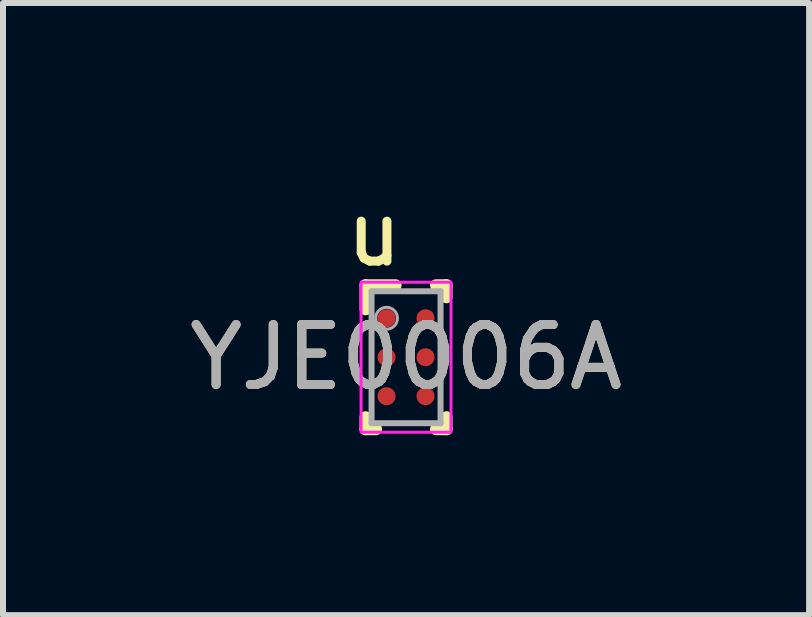
<source format=kicad_pcb>
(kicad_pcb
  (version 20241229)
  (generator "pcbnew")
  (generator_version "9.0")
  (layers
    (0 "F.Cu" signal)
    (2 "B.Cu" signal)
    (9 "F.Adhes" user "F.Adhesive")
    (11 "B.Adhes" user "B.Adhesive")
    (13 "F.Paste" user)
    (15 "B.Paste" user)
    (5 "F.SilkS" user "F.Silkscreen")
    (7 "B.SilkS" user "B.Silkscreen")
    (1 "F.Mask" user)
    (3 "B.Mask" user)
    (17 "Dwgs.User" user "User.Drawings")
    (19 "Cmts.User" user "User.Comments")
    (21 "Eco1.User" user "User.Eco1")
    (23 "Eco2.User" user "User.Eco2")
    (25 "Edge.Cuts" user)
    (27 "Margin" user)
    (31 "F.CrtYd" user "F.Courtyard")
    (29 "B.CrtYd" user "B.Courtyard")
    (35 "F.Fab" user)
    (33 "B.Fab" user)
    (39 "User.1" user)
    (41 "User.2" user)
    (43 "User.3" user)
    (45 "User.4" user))
  (footprint "YJE0006A"
    (layer "F.Cu")
    (at 3.72 2.906)
    (property "Reference" "YJE0006A" (at 0 0 0) (unlocked yes) (layer "F.SilkS") (effects (font (size 1 1) (thickness 0.15))))
    (attr smd)
    (fp_line (start -0.675 -1.2) (end -0.175 -1.2) (stroke (width 0.2) (type solid)) (layer "F.SilkS"))
    (fp_line (start -0.675 -0.8) (end -0.675 -1.2) (stroke (width 0.2) (type solid)) (layer "F.SilkS"))
    (fp_line (start -0.675 1.2) (end -0.675 1) (stroke (width 0.2) (type solid)) (layer "F.SilkS"))
    (fp_line (start -0.675 1.2) (end -0.5 1.2) (stroke (width 0.2) (type solid)) (layer "F.SilkS"))
    (fp_line (start 0.5 -1.2) (end 0.675 -1.2) (stroke (width 0.2) (type solid)) (layer "F.SilkS"))
    (fp_line (start 0.5 1.2) (end 0.675 1.2) (stroke (width 0.2) (type solid)) (layer "F.SilkS"))
    (fp_line (start 0.675 -1) (end 0.675 -1.2) (stroke (width 0.2) (type solid)) (layer "F.SilkS"))
    (fp_line (start 0.675 1.2) (end 0.675 1) (stroke (width 0.2) (type solid)) (layer "F.SilkS"))
    (fp_line (start -0.475 -0.55) (end -0.475 -0.75) (stroke (width 0.02) (type solid)) (layer "F.Paste"))
    (fp_line (start -0.475 0.1) (end -0.475 -0.1) (stroke (width 0.02) (type solid)) (layer "F.Paste"))
    (fp_line (start -0.475 0.75) (end -0.475 0.55) (stroke (width 0.02) (type solid)) (layer "F.Paste"))
    (fp_line (start -0.425 -0.8) (end -0.225 -0.8) (stroke (width 0.02) (type solid)) (layer "F.Paste"))
    (fp_line (start -0.425 -0.5) (end -0.225 -0.5) (stroke (width 0.02) (type solid)) (layer "F.Paste"))
    (fp_line (start -0.425 -0.15) (end -0.225 -0.15) (stroke (width 0.02) (type solid)) (layer "F.Paste"))
    (fp_line (start -0.425 0.15) (end -0.225 0.15) (stroke (width 0.02) (type solid)) (layer "F.Paste"))
    (fp_line (start -0.425 0.5) (end -0.225 0.5) (stroke (width 0.02) (type solid)) (layer "F.Paste"))
    (fp_line (start -0.425 0.8) (end -0.225 0.8) (stroke (width 0.02) (type solid)) (layer "F.Paste"))
    (fp_line (start -0.175 -0.55) (end -0.175 -0.75) (stroke (width 0.02) (type solid)) (layer "F.Paste"))
    (fp_line (start -0.175 0.1) (end -0.175 -0.1) (stroke (width 0.02) (type solid)) (layer "F.Paste"))
    (fp_line (start -0.175 0.75) (end -0.175 0.55) (stroke (width 0.02) (type solid)) (layer "F.Paste"))
    (fp_line (start 0.175 -0.55) (end 0.175 -0.75) (stroke (width 0.02) (type solid)) (layer "F.Paste"))
    (fp_line (start 0.175 0.1) (end 0.175 -0.1) (stroke (width 0.02) (type solid)) (layer "F.Paste"))
    (fp_line (start 0.175 0.75) (end 0.175 0.55) (stroke (width 0.02) (type solid)) (layer "F.Paste"))
    (fp_line (start 0.225 -0.8) (end 0.425 -0.8) (stroke (width 0.02) (type solid)) (layer "F.Paste"))
    (fp_line (start 0.225 -0.5) (end 0.425 -0.5) (stroke (width 0.02) (type solid)) (layer "F.Paste"))
    (fp_line (start 0.225 -0.15) (end 0.425 -0.15) (stroke (width 0.02) (type solid)) (layer "F.Paste"))
    (fp_line (start 0.225 0.15) (end 0.425 0.15) (stroke (width 0.02) (type solid)) (layer "F.Paste"))
    (fp_line (start 0.225 0.5) (end 0.425 0.5) (stroke (width 0.02) (type solid)) (layer "F.Paste"))
    (fp_line (start 0.225 0.8) (end 0.425 0.8) (stroke (width 0.02) (type solid)) (layer "F.Paste"))
    (fp_line (start 0.475 -0.55) (end 0.475 -0.75) (stroke (width 0.02) (type solid)) (layer "F.Paste"))
    (fp_line (start 0.475 0.1) (end 0.475 -0.1) (stroke (width 0.02) (type solid)) (layer "F.Paste"))
    (fp_line (start 0.475 0.75) (end 0.475 0.55) (stroke (width 0.02) (type solid)) (layer "F.Paste"))
    (fp_circle (center -0.425 -0.75) (end -0.375 -0.75) (stroke (width 0.02) (type solid)) (fill no) (layer "F.Paste"))
    (fp_circle (center -0.425 -0.55) (end -0.375 -0.55) (stroke (width 0.02) (type solid)) (fill no) (layer "F.Paste"))
    (fp_circle (center -0.425 -0.1) (end -0.375 -0.1) (stroke (width 0.02) (type solid)) (fill no) (layer "F.Paste"))
    (fp_circle (center -0.425 0.1) (end -0.375 0.1) (stroke (width 0.02) (type solid)) (fill no) (layer "F.Paste"))
    (fp_circle (center -0.425 0.55) (end -0.375 0.55) (stroke (width 0.02) (type solid)) (fill no) (layer "F.Paste"))
    (fp_circle (center -0.425 0.75) (end -0.375 0.75) (stroke (width 0.02) (type solid)) (fill no) (layer "F.Paste"))
    (fp_circle (center -0.225 -0.75) (end -0.175 -0.75) (stroke (width 0.02) (type solid)) (fill no) (layer "F.Paste"))
    (fp_circle (center -0.225 -0.55) (end -0.175 -0.55) (stroke (width 0.02) (type solid)) (fill no) (layer "F.Paste"))
    (fp_circle (center -0.225 -0.1) (end -0.175 -0.1) (stroke (width 0.02) (type solid)) (fill no) (layer "F.Paste"))
    (fp_circle (center -0.225 0.1) (end -0.175 0.1) (stroke (width 0.02) (type solid)) (fill no) (layer "F.Paste"))
    (fp_circle (center -0.225 0.55) (end -0.175 0.55) (stroke (width 0.02) (type solid)) (fill no) (layer "F.Paste"))
    (fp_circle (center -0.225 0.75) (end -0.175 0.75) (stroke (width 0.02) (type solid)) (fill no) (layer "F.Paste"))
    (fp_circle (center 0.225 -0.75) (end 0.275 -0.75) (stroke (width 0.02) (type solid)) (fill no) (layer "F.Paste"))
    (fp_circle (center 0.225 -0.55) (end 0.275 -0.55) (stroke (width 0.02) (type solid)) (fill no) (layer "F.Paste"))
    (fp_circle (center 0.225 -0.1) (end 0.275 -0.1) (stroke (width 0.02) (type solid)) (fill no) (layer "F.Paste"))
    (fp_circle (center 0.225 0.1) (end 0.275 0.1) (stroke (width 0.02) (type solid)) (fill no) (layer "F.Paste"))
    (fp_circle (center 0.225 0.55) (end 0.275 0.55) (stroke (width 0.02) (type solid)) (fill no) (layer "F.Paste"))
    (fp_circle (center 0.225 0.75) (end 0.275 0.75) (stroke (width 0.02) (type solid)) (fill no) (layer "F.Paste"))
    (fp_circle (center 0.425 -0.75) (end 0.475 -0.75) (stroke (width 0.02) (type solid)) (fill no) (layer "F.Paste"))
    (fp_circle (center 0.425 -0.55) (end 0.475 -0.55) (stroke (width 0.02) (type solid)) (fill no) (layer "F.Paste"))
    (fp_circle (center 0.425 -0.1) (end 0.475 -0.1) (stroke (width 0.02) (type solid)) (fill no) (layer "F.Paste"))
    (fp_circle (center 0.425 0.1) (end 0.475 0.1) (stroke (width 0.02) (type solid)) (fill no) (layer "F.Paste"))
    (fp_circle (center 0.425 0.55) (end 0.475 0.55) (stroke (width 0.02) (type solid)) (fill no) (layer "F.Paste"))
    (fp_circle (center 0.425 0.75) (end 0.475 0.75) (stroke (width 0.02) (type solid)) (fill no) (layer "F.Paste"))
    (fp_poly (pts (xy -0.425 -0.7) (xy -0.475 -0.75) (xy -0.425 -0.8) (xy -0.375 -0.75)) (stroke (width 0) (type solid)) (fill yes) (layer "F.Paste"))
    (fp_poly (pts (xy -0.425 -0.05) (xy -0.475 -0.1) (xy -0.425 -0.15) (xy -0.375 -0.1)) (stroke (width 0) (type solid)) (fill yes) (layer "F.Paste"))
    (fp_poly (pts (xy -0.425 0.6) (xy -0.475 0.55) (xy -0.425 0.5) (xy -0.375 0.55)) (stroke (width 0) (type solid)) (fill yes) (layer "F.Paste"))
    (fp_poly (pts (xy -0.375 -0.55) (xy -0.425 -0.5) (xy -0.475 -0.55) (xy -0.425 -0.6)) (stroke (width 0) (type solid)) (fill yes) (layer "F.Paste"))
    (fp_poly (pts (xy -0.375 0.1) (xy -0.425 0.15) (xy -0.475 0.1) (xy -0.425 0.05)) (stroke (width 0) (type solid)) (fill yes) (layer "F.Paste"))
    (fp_poly (pts (xy -0.375 0.75) (xy -0.425 0.8) (xy -0.475 0.75) (xy -0.425 0.7)) (stroke (width 0) (type solid)) (fill yes) (layer "F.Paste"))
    (fp_poly (pts (xy -0.275 -0.75) (xy -0.225 -0.8) (xy -0.175 -0.75) (xy -0.225 -0.7)) (stroke (width 0) (type solid)) (fill yes) (layer "F.Paste"))
    (fp_poly (pts (xy -0.275 -0.1) (xy -0.225 -0.15) (xy -0.175 -0.1) (xy -0.225 -0.05)) (stroke (width 0) (type solid)) (fill yes) (layer "F.Paste"))
    (fp_poly (pts (xy -0.275 0.55) (xy -0.225 0.5) (xy -0.175 0.55) (xy -0.225 0.6)) (stroke (width 0) (type solid)) (fill yes) (layer "F.Paste"))
    (fp_poly (pts (xy -0.225 -0.6) (xy -0.175 -0.55) (xy -0.225 -0.5) (xy -0.275 -0.55)) (stroke (width 0) (type solid)) (fill yes) (layer "F.Paste"))
    (fp_poly (pts (xy -0.225 0.05) (xy -0.175 0.1) (xy -0.225 0.15) (xy -0.275 0.1)) (stroke (width 0) (type solid)) (fill yes) (layer "F.Paste"))
    (fp_poly (pts (xy -0.225 0.7) (xy -0.175 0.75) (xy -0.225 0.8) (xy -0.275 0.75)) (stroke (width 0) (type solid)) (fill yes) (layer "F.Paste"))
    (fp_poly (pts (xy 0.225 -0.7) (xy 0.175 -0.75) (xy 0.225 -0.8) (xy 0.275 -0.75)) (stroke (width 0) (type solid)) (fill yes) (layer "F.Paste"))
    (fp_poly (pts (xy 0.225 -0.05) (xy 0.175 -0.1) (xy 0.225 -0.15) (xy 0.275 -0.1)) (stroke (width 0) (type solid)) (fill yes) (layer "F.Paste"))
    (fp_poly (pts (xy 0.225 0.6) (xy 0.175 0.55) (xy 0.225 0.5) (xy 0.275 0.55)) (stroke (width 0) (type solid)) (fill yes) (layer "F.Paste"))
    (fp_poly (pts (xy 0.275 -0.55) (xy 0.225 -0.5) (xy 0.175 -0.55) (xy 0.225 -0.6)) (stroke (width 0) (type solid)) (fill yes) (layer "F.Paste"))
    (fp_poly (pts (xy 0.275 0.1) (xy 0.225 0.15) (xy 0.175 0.1) (xy 0.225 0.05)) (stroke (width 0) (type solid)) (fill yes) (layer "F.Paste"))
    (fp_poly (pts (xy 0.275 0.75) (xy 0.225 0.8) (xy 0.175 0.75) (xy 0.225 0.7)) (stroke (width 0) (type solid)) (fill yes) (layer "F.Paste"))
    (fp_poly (pts (xy 0.375 -0.75) (xy 0.425 -0.8) (xy 0.475 -0.75) (xy 0.425 -0.7)) (stroke (width 0) (type solid)) (fill yes) (layer "F.Paste"))
    (fp_poly (pts (xy 0.375 -0.1) (xy 0.425 -0.15) (xy 0.475 -0.1) (xy 0.425 -0.05)) (stroke (width 0) (type solid)) (fill yes) (layer "F.Paste"))
    (fp_poly (pts (xy 0.375 0.55) (xy 0.425 0.5) (xy 0.475 0.55) (xy 0.425 0.6)) (stroke (width 0) (type solid)) (fill yes) (layer "F.Paste"))
    (fp_poly (pts (xy 0.425 -0.6) (xy 0.475 -0.55) (xy 0.425 -0.5) (xy 0.375 -0.55)) (stroke (width 0) (type solid)) (fill yes) (layer "F.Paste"))
    (fp_poly (pts (xy 0.425 0.05) (xy 0.475 0.1) (xy 0.425 0.15) (xy 0.375 0.1)) (stroke (width 0) (type solid)) (fill yes) (layer "F.Paste"))
    (fp_poly (pts (xy 0.425 0.7) (xy 0.475 0.75) (xy 0.425 0.8) (xy 0.375 0.75)) (stroke (width 0) (type solid)) (fill yes) (layer "F.Paste"))
    (fp_poly (pts (xy -0.406 -0.796) (xy -0.471 -0.731) (xy -0.471 -0.731) (xy -0.475 -0.727) (xy -0.475 -0.55) (xy -0.429 -0.504) (xy -0.406 -0.504) (xy -0.402 -0.5) (xy -0.225 -0.5) (xy -0.225 -0.523) (xy -0.179 -0.569) (xy -0.179 -0.731) (xy -0.244 -0.796) (xy -0.244 -0.796)) (stroke (width 0) (type solid)) (fill yes) (layer "F.Paste"))
    (fp_poly (pts (xy -0.406 -0.146) (xy -0.471 -0.081) (xy -0.471 -0.081) (xy -0.475 -0.077) (xy -0.475 0.1) (xy -0.429 0.146) (xy -0.406 0.146) (xy -0.402 0.15) (xy -0.225 0.15) (xy -0.225 0.127) (xy -0.179 0.081) (xy -0.179 -0.081) (xy -0.244 -0.146) (xy -0.244 -0.146)) (stroke (width 0) (type solid)) (fill yes) (layer "F.Paste"))
    (fp_poly (pts (xy -0.406 0.504) (xy -0.471 0.569) (xy -0.471 0.569) (xy -0.475 0.573) (xy -0.475 0.75) (xy -0.429 0.796) (xy -0.406 0.796) (xy -0.402 0.8) (xy -0.225 0.8) (xy -0.225 0.777) (xy -0.179 0.731) (xy -0.179 0.569) (xy -0.244 0.504) (xy -0.244 0.504)) (stroke (width 0) (type solid)) (fill yes) (layer "F.Paste"))
    (fp_poly (pts (xy 0.244 -0.796) (xy 0.179 -0.731) (xy 0.179 -0.731) (xy 0.175 -0.727) (xy 0.175 -0.55) (xy 0.221 -0.504) (xy 0.244 -0.504) (xy 0.248 -0.5) (xy 0.425 -0.5) (xy 0.425 -0.523) (xy 0.471 -0.569) (xy 0.471 -0.731) (xy 0.406 -0.796) (xy 0.406 -0.796)) (stroke (width 0) (type solid)) (fill yes) (layer "F.Paste"))
    (fp_poly (pts (xy 0.244 -0.146) (xy 0.179 -0.081) (xy 0.179 -0.081) (xy 0.175 -0.077) (xy 0.175 0.1) (xy 0.221 0.146) (xy 0.244 0.146) (xy 0.248 0.15) (xy 0.425 0.15) (xy 0.425 0.127) (xy 0.471 0.081) (xy 0.471 -0.081) (xy 0.406 -0.146) (xy 0.406 -0.146)) (stroke (width 0) (type solid)) (fill yes) (layer "F.Paste"))
    (fp_poly (pts (xy 0.244 0.504) (xy 0.179 0.569) (xy 0.179 0.569) (xy 0.175 0.573) (xy 0.175 0.75) (xy 0.221 0.796) (xy 0.244 0.796) (xy 0.248 0.8) (xy 0.425 0.8) (xy 0.425 0.777) (xy 0.471 0.731) (xy 0.471 0.569) (xy 0.406 0.504) (xy 0.406 0.504)) (stroke (width 0) (type solid)) (fill yes) (layer "F.Paste"))
    (fp_rect (start -0.75 -1.25) (end 0.75 1.25) (stroke (width 0.05) (type default)) (fill no) (layer "F.CrtYd"))
    (fp_line (start -0.575 -1.1) (end 0.575 -1.1) (stroke (width 0.1) (type solid)) (layer "F.Fab"))
    (fp_line (start -0.575 1.1) (end -0.575 -1.1) (stroke (width 0.1) (type solid)) (layer "F.Fab"))
    (fp_line (start -0.575 1.1) (end 0.575 1.1) (stroke (width 0.1) (type solid)) (layer "F.Fab"))
    (fp_line (start 0.575 1.1) (end 0.575 -1.1) (stroke (width 0.1) (type solid)) (layer "F.Fab"))
    (fp_circle (center -0.325 -0.65) (end -0.143 -0.65) (stroke (width 0.05) (type solid)) (fill no) (layer "F.Fab"))
    (fp_text user "u" (at -0.533 -2.057 0) (unlocked yes) (layer "F.SilkS") (effects (font (size 1 1) (thickness 0.15))))
    (fp_text user "${REFERENCE}" (at 0 0 0) (unlocked yes) (layer "F.Fab") (effects (font (size 1 1) (thickness 0.15))))
    (pad "A1" smd circle (at -0.325 -0.65) (size 0.3 0.3) (layers "F.Cu" "F.Mask"))
    (pad "A2" smd circle (at 0.325 -0.65) (size 0.3 0.3) (layers "F.Cu" "F.Mask"))
    (pad "B1" smd circle (at -0.325 0) (size 0.3 0.3) (layers "F.Cu" "F.Mask"))
    (pad "B2" smd circle (at 0.325 0) (size 0.3 0.3) (layers "F.Cu" "F.Mask"))
    (pad "C1" smd circle (at -0.325 0.65) (size 0.3 0.3) (layers "F.Cu" "F.Mask"))
    (pad "C2" smd circle (at 0.325 0.65) (size 0.3 0.3) (layers "F.Cu" "F.Mask")))
  (gr_rect
    (start -3 -3)
    (end 10.44 7.206)
    (stroke (width 0.1) (type default))
    (fill no)
    (layer "Edge.Cuts")))
</source>
